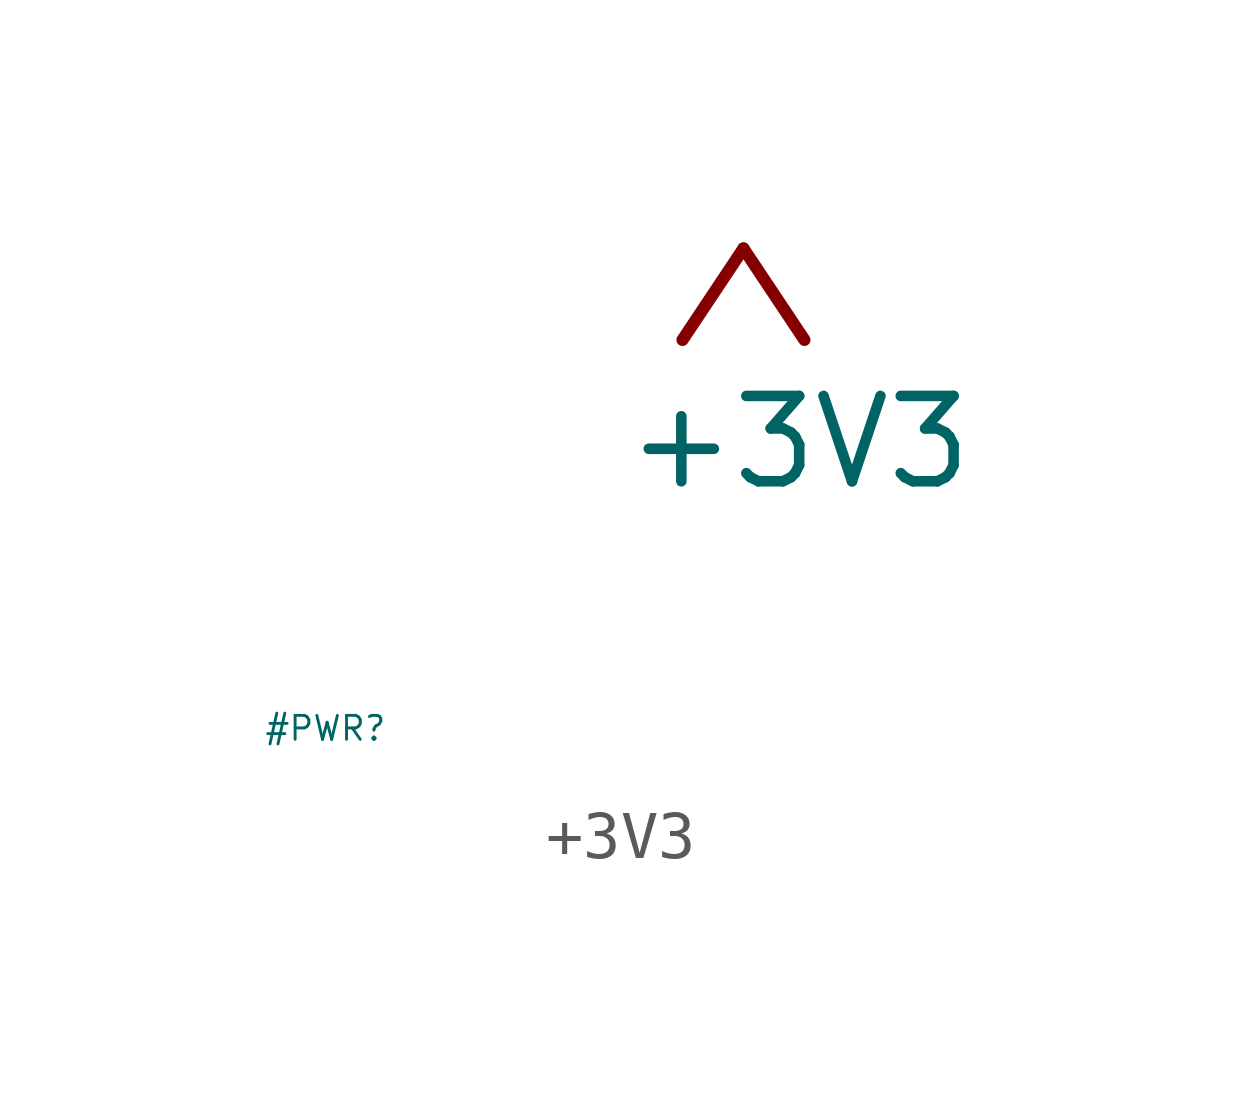
<source format=kicad_sym>
(kicad_symbol_lib
  (version 20220914)
  (generator Eagle2Kicad)
  (symbol "+3V3"
    (power)
    (pin_names
      (offset 0))
    (property "Reference" "#PWR"
      (at -10 -10 0)
      (effects (font (size 0.5 0.5) (thickness 0.06)) (justify left)))
    (property "Value" "+3V3"
      (at -2.54 -5.08 0)
      (effects (font (size 1.778 1.778) (thickness 0.22)) (justify left bottom)))
    (polyline
      (pts (xy 1.27 -1.905) (xy 0 0))
      (stroke (width 0.254) (type default))
      (fill (type none)))
    (polyline
      (pts (xy 0 0) (xy -1.27 -1.905))
      (stroke (width 0.254) (type default))
      (fill (type none)))
    (pin power_in line
      (at 0 -2.54 90)
      (length 2.54) hide
      (name "+3V3" (effects (font (size 0.635 0.635) (thickness 0.08)) (justify left bottom)))
      (number "1" (effects (font (size 0.635 0.635) (thickness 0.08)) (justify left bottom))))))
</source>
